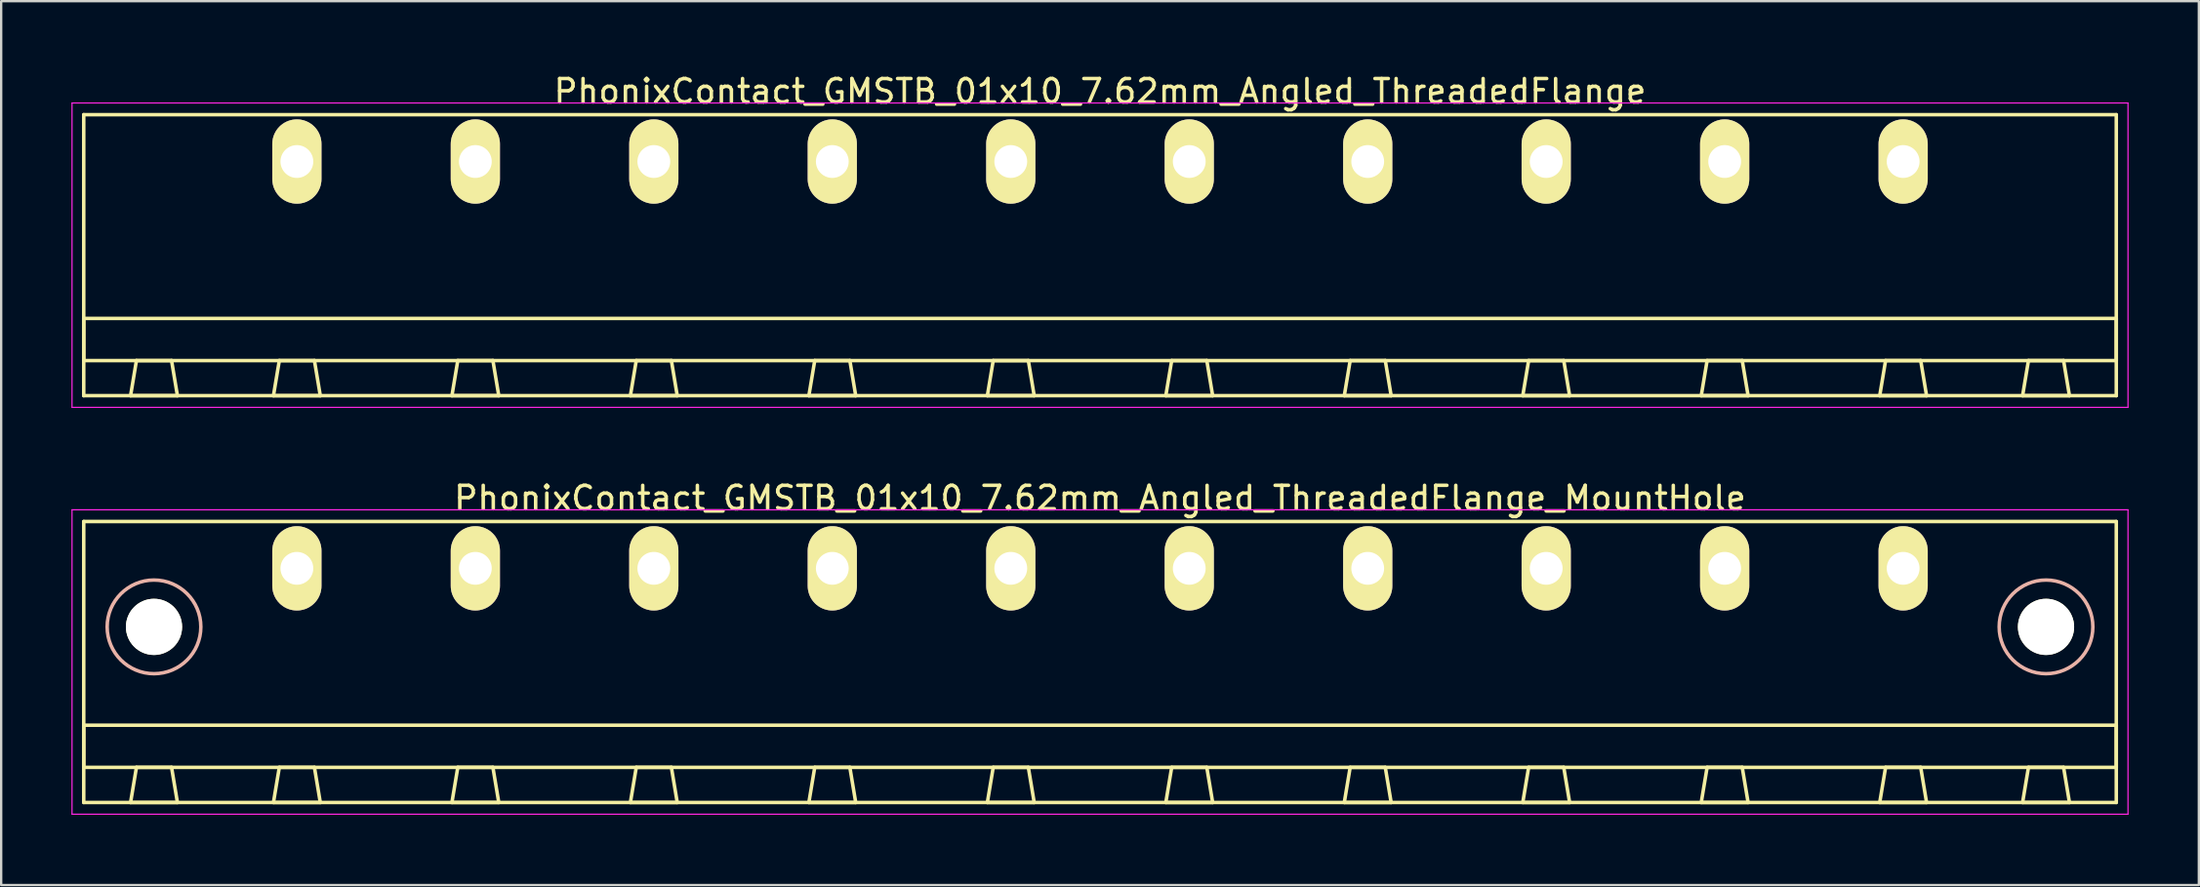
<source format=kicad_pcb>
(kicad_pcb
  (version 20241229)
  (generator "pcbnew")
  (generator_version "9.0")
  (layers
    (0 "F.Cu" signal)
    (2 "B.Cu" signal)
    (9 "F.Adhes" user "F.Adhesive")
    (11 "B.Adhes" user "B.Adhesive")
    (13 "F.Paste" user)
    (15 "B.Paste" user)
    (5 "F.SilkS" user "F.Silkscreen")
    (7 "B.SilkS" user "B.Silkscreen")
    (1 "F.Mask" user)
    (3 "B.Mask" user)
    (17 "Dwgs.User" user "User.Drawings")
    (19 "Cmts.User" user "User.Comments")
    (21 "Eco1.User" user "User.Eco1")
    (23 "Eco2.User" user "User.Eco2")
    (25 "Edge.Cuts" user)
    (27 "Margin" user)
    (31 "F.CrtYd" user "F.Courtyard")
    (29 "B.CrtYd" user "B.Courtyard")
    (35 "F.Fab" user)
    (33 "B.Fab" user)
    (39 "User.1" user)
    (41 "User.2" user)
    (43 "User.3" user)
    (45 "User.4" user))
  (footprint "PhonixContact_GMSTB_01x10_7.62mm_Angled_ThreadedFlange_MountHole"
    (layer "F.Cu")
    (at 9.625 21.221)
    (property "Reference" "PhonixContact_GMSTB_01x10_7.62mm_Angled_ThreadedFlange_MountHole" (at 34.29 -3 0) (layer "F.SilkS") (effects (font (size 1 1) (thickness 0.15))))
    (attr through_hole)
    (fp_line (start -9.1 -2) (end -9.1 10) (stroke (width 0.15) (type solid)) (layer "F.SilkS"))
    (fp_line (start -9.1 6.7) (end 77.68 6.7) (stroke (width 0.15) (type solid)) (layer "F.SilkS"))
    (fp_line (start -9.1 8.5) (end -9.1 6.7) (stroke (width 0.15) (type solid)) (layer "F.SilkS"))
    (fp_line (start -9.1 10) (end 77.68 10) (stroke (width 0.15) (type solid)) (layer "F.SilkS"))
    (fp_line (start -7.1 10) (end -5.1 10) (stroke (width 0.15) (type solid)) (layer "F.SilkS"))
    (fp_line (start -6.85 8.5) (end -7.1 10) (stroke (width 0.15) (type solid)) (layer "F.SilkS"))
    (fp_line (start -5.35 8.5) (end -6.85 8.5) (stroke (width 0.15) (type solid)) (layer "F.SilkS"))
    (fp_line (start -5.1 10) (end -5.35 8.5) (stroke (width 0.15) (type solid)) (layer "F.SilkS"))
    (fp_line (start -1 10) (end 1 10) (stroke (width 0.15) (type solid)) (layer "F.SilkS"))
    (fp_line (start -0.75 8.5) (end -1 10) (stroke (width 0.15) (type solid)) (layer "F.SilkS"))
    (fp_line (start 0.75 8.5) (end -0.75 8.5) (stroke (width 0.15) (type solid)) (layer "F.SilkS"))
    (fp_line (start 1 10) (end 0.75 8.5) (stroke (width 0.15) (type solid)) (layer "F.SilkS"))
    (fp_line (start 6.62 10) (end 8.62 10) (stroke (width 0.15) (type solid)) (layer "F.SilkS"))
    (fp_line (start 6.87 8.5) (end 6.62 10) (stroke (width 0.15) (type solid)) (layer "F.SilkS"))
    (fp_line (start 8.37 8.5) (end 6.87 8.5) (stroke (width 0.15) (type solid)) (layer "F.SilkS"))
    (fp_line (start 8.62 10) (end 8.37 8.5) (stroke (width 0.15) (type solid)) (layer "F.SilkS"))
    (fp_line (start 14.24 10) (end 16.24 10) (stroke (width 0.15) (type solid)) (layer "F.SilkS"))
    (fp_line (start 14.49 8.5) (end 14.24 10) (stroke (width 0.15) (type solid)) (layer "F.SilkS"))
    (fp_line (start 15.99 8.5) (end 14.49 8.5) (stroke (width 0.15) (type solid)) (layer "F.SilkS"))
    (fp_line (start 16.24 10) (end 15.99 8.5) (stroke (width 0.15) (type solid)) (layer "F.SilkS"))
    (fp_line (start 21.86 10) (end 23.86 10) (stroke (width 0.15) (type solid)) (layer "F.SilkS"))
    (fp_line (start 22.11 8.5) (end 21.86 10) (stroke (width 0.15) (type solid)) (layer "F.SilkS"))
    (fp_line (start 23.61 8.5) (end 22.11 8.5) (stroke (width 0.15) (type solid)) (layer "F.SilkS"))
    (fp_line (start 23.86 10) (end 23.61 8.5) (stroke (width 0.15) (type solid)) (layer "F.SilkS"))
    (fp_line (start 29.48 10) (end 31.48 10) (stroke (width 0.15) (type solid)) (layer "F.SilkS"))
    (fp_line (start 29.73 8.5) (end 29.48 10) (stroke (width 0.15) (type solid)) (layer "F.SilkS"))
    (fp_line (start 31.23 8.5) (end 29.73 8.5) (stroke (width 0.15) (type solid)) (layer "F.SilkS"))
    (fp_line (start 31.48 10) (end 31.23 8.5) (stroke (width 0.15) (type solid)) (layer "F.SilkS"))
    (fp_line (start 37.1 10) (end 39.1 10) (stroke (width 0.15) (type solid)) (layer "F.SilkS"))
    (fp_line (start 37.35 8.5) (end 37.1 10) (stroke (width 0.15) (type solid)) (layer "F.SilkS"))
    (fp_line (start 38.85 8.5) (end 37.35 8.5) (stroke (width 0.15) (type solid)) (layer "F.SilkS"))
    (fp_line (start 39.1 10) (end 38.85 8.5) (stroke (width 0.15) (type solid)) (layer "F.SilkS"))
    (fp_line (start 44.72 10) (end 46.72 10) (stroke (width 0.15) (type solid)) (layer "F.SilkS"))
    (fp_line (start 44.97 8.5) (end 44.72 10) (stroke (width 0.15) (type solid)) (layer "F.SilkS"))
    (fp_line (start 46.47 8.5) (end 44.97 8.5) (stroke (width 0.15) (type solid)) (layer "F.SilkS"))
    (fp_line (start 46.72 10) (end 46.47 8.5) (stroke (width 0.15) (type solid)) (layer "F.SilkS"))
    (fp_line (start 52.34 10) (end 54.34 10) (stroke (width 0.15) (type solid)) (layer "F.SilkS"))
    (fp_line (start 52.59 8.5) (end 52.34 10) (stroke (width 0.15) (type solid)) (layer "F.SilkS"))
    (fp_line (start 54.09 8.5) (end 52.59 8.5) (stroke (width 0.15) (type solid)) (layer "F.SilkS"))
    (fp_line (start 54.34 10) (end 54.09 8.5) (stroke (width 0.15) (type solid)) (layer "F.SilkS"))
    (fp_line (start 59.96 10) (end 61.96 10) (stroke (width 0.15) (type solid)) (layer "F.SilkS"))
    (fp_line (start 60.21 8.5) (end 59.96 10) (stroke (width 0.15) (type solid)) (layer "F.SilkS"))
    (fp_line (start 61.71 8.5) (end 60.21 8.5) (stroke (width 0.15) (type solid)) (layer "F.SilkS"))
    (fp_line (start 61.96 10) (end 61.71 8.5) (stroke (width 0.15) (type solid)) (layer "F.SilkS"))
    (fp_line (start 67.58 10) (end 69.58 10) (stroke (width 0.15) (type solid)) (layer "F.SilkS"))
    (fp_line (start 67.83 8.5) (end 67.58 10) (stroke (width 0.15) (type solid)) (layer "F.SilkS"))
    (fp_line (start 69.33 8.5) (end 67.83 8.5) (stroke (width 0.15) (type solid)) (layer "F.SilkS"))
    (fp_line (start 69.58 10) (end 69.33 8.5) (stroke (width 0.15) (type solid)) (layer "F.SilkS"))
    (fp_line (start 73.68 10) (end 75.68 10) (stroke (width 0.15) (type solid)) (layer "F.SilkS"))
    (fp_line (start 73.93 8.5) (end 73.68 10) (stroke (width 0.15) (type solid)) (layer "F.SilkS"))
    (fp_line (start 75.43 8.5) (end 73.93 8.5) (stroke (width 0.15) (type solid)) (layer "F.SilkS"))
    (fp_line (start 75.68 10) (end 75.43 8.5) (stroke (width 0.15) (type solid)) (layer "F.SilkS"))
    (fp_line (start 77.68 -2) (end -9.1 -2) (stroke (width 0.15) (type solid)) (layer "F.SilkS"))
    (fp_line (start 77.68 6.7) (end 77.68 8.5) (stroke (width 0.15) (type solid)) (layer "F.SilkS"))
    (fp_line (start 77.68 8.5) (end -9.1 8.5) (stroke (width 0.15) (type solid)) (layer "F.SilkS"))
    (fp_line (start 77.68 10) (end 77.68 -2) (stroke (width 0.15) (type solid)) (layer "F.SilkS"))
    (fp_circle (center -6.1 2.5) (end -4.1 2.5) (stroke (width 0.15) (type solid)) (fill no) (layer "B.SilkS"))
    (fp_circle (center 74.68 2.5) (end 76.68 2.5) (stroke (width 0.15) (type solid)) (fill no) (layer "B.SilkS"))
    (fp_line (start -9.6 -2.5) (end -9.6 10.5) (stroke (width 0.05) (type solid)) (layer "F.CrtYd"))
    (fp_line (start -9.6 10.5) (end 78.18 10.5) (stroke (width 0.05) (type solid)) (layer "F.CrtYd"))
    (fp_line (start 78.18 -2.5) (end -9.6 -2.5) (stroke (width 0.05) (type solid)) (layer "F.CrtYd"))
    (fp_line (start 78.18 10.5) (end 78.18 -2.5) (stroke (width 0.05) (type solid)) (layer "F.CrtYd"))
    (pad "" np_thru_hole circle (at -6.1 2.5) (size 2.4 2.4) (drill 2.4) (layers "*.Cu" "*.Mask" "F.SilkS"))
    (pad "" np_thru_hole circle (at 74.68 2.5) (size 2.4 2.4) (drill 2.4) (layers "*.Cu" "*.Mask" "F.SilkS"))
    (pad "1" thru_hole oval (at 0 0) (size 2.1 3.6) (drill 1.4) (layers "*.Cu" "*.Mask" "F.SilkS"))
    (pad "2" thru_hole oval (at 7.62 0) (size 2.1 3.6) (drill 1.4) (layers "*.Cu" "*.Mask" "F.SilkS"))
    (pad "3" thru_hole oval (at 15.24 0) (size 2.1 3.6) (drill 1.4) (layers "*.Cu" "*.Mask" "F.SilkS"))
    (pad "4" thru_hole oval (at 22.86 0) (size 2.1 3.6) (drill 1.4) (layers "*.Cu" "*.Mask" "F.SilkS"))
    (pad "5" thru_hole oval (at 30.48 0) (size 2.1 3.6) (drill 1.4) (layers "*.Cu" "*.Mask" "F.SilkS"))
    (pad "6" thru_hole oval (at 38.1 0) (size 2.1 3.6) (drill 1.4) (layers "*.Cu" "*.Mask" "F.SilkS"))
    (pad "7" thru_hole oval (at 45.72 0) (size 2.1 3.6) (drill 1.4) (layers "*.Cu" "*.Mask" "F.SilkS"))
    (pad "8" thru_hole oval (at 53.34 0) (size 2.1 3.6) (drill 1.4) (layers "*.Cu" "*.Mask" "F.SilkS"))
    (pad "9" thru_hole oval (at 60.96 0) (size 2.1 3.6) (drill 1.4) (layers "*.Cu" "*.Mask" "F.SilkS"))
    (pad "10" thru_hole oval (at 68.58 0) (size 2.1 3.6) (drill 1.4) (layers "*.Cu" "*.Mask" "F.SilkS")))
  (footprint "PhonixContact_GMSTB_01x10_7.62mm_Angled_ThreadedFlange"
    (layer "F.Cu")
    (at 9.625 3.848)
    (property "Reference" "PhonixContact_GMSTB_01x10_7.62mm_Angled_ThreadedFlange" (at 34.29 -3 0) (layer "F.SilkS") (effects (font (size 1 1) (thickness 0.15))))
    (attr through_hole)
    (fp_line (start -9.1 -2) (end -9.1 10) (stroke (width 0.15) (type solid)) (layer "F.SilkS"))
    (fp_line (start -9.1 6.7) (end 77.68 6.7) (stroke (width 0.15) (type solid)) (layer "F.SilkS"))
    (fp_line (start -9.1 8.5) (end -9.1 6.7) (stroke (width 0.15) (type solid)) (layer "F.SilkS"))
    (fp_line (start -9.1 10) (end 77.68 10) (stroke (width 0.15) (type solid)) (layer "F.SilkS"))
    (fp_line (start -7.1 10) (end -5.1 10) (stroke (width 0.15) (type solid)) (layer "F.SilkS"))
    (fp_line (start -6.85 8.5) (end -7.1 10) (stroke (width 0.15) (type solid)) (layer "F.SilkS"))
    (fp_line (start -5.35 8.5) (end -6.85 8.5) (stroke (width 0.15) (type solid)) (layer "F.SilkS"))
    (fp_line (start -5.1 10) (end -5.35 8.5) (stroke (width 0.15) (type solid)) (layer "F.SilkS"))
    (fp_line (start -1 10) (end 1 10) (stroke (width 0.15) (type solid)) (layer "F.SilkS"))
    (fp_line (start -0.75 8.5) (end -1 10) (stroke (width 0.15) (type solid)) (layer "F.SilkS"))
    (fp_line (start 0.75 8.5) (end -0.75 8.5) (stroke (width 0.15) (type solid)) (layer "F.SilkS"))
    (fp_line (start 1 10) (end 0.75 8.5) (stroke (width 0.15) (type solid)) (layer "F.SilkS"))
    (fp_line (start 6.62 10) (end 8.62 10) (stroke (width 0.15) (type solid)) (layer "F.SilkS"))
    (fp_line (start 6.87 8.5) (end 6.62 10) (stroke (width 0.15) (type solid)) (layer "F.SilkS"))
    (fp_line (start 8.37 8.5) (end 6.87 8.5) (stroke (width 0.15) (type solid)) (layer "F.SilkS"))
    (fp_line (start 8.62 10) (end 8.37 8.5) (stroke (width 0.15) (type solid)) (layer "F.SilkS"))
    (fp_line (start 14.24 10) (end 16.24 10) (stroke (width 0.15) (type solid)) (layer "F.SilkS"))
    (fp_line (start 14.49 8.5) (end 14.24 10) (stroke (width 0.15) (type solid)) (layer "F.SilkS"))
    (fp_line (start 15.99 8.5) (end 14.49 8.5) (stroke (width 0.15) (type solid)) (layer "F.SilkS"))
    (fp_line (start 16.24 10) (end 15.99 8.5) (stroke (width 0.15) (type solid)) (layer "F.SilkS"))
    (fp_line (start 21.86 10) (end 23.86 10) (stroke (width 0.15) (type solid)) (layer "F.SilkS"))
    (fp_line (start 22.11 8.5) (end 21.86 10) (stroke (width 0.15) (type solid)) (layer "F.SilkS"))
    (fp_line (start 23.61 8.5) (end 22.11 8.5) (stroke (width 0.15) (type solid)) (layer "F.SilkS"))
    (fp_line (start 23.86 10) (end 23.61 8.5) (stroke (width 0.15) (type solid)) (layer "F.SilkS"))
    (fp_line (start 29.48 10) (end 31.48 10) (stroke (width 0.15) (type solid)) (layer "F.SilkS"))
    (fp_line (start 29.73 8.5) (end 29.48 10) (stroke (width 0.15) (type solid)) (layer "F.SilkS"))
    (fp_line (start 31.23 8.5) (end 29.73 8.5) (stroke (width 0.15) (type solid)) (layer "F.SilkS"))
    (fp_line (start 31.48 10) (end 31.23 8.5) (stroke (width 0.15) (type solid)) (layer "F.SilkS"))
    (fp_line (start 37.1 10) (end 39.1 10) (stroke (width 0.15) (type solid)) (layer "F.SilkS"))
    (fp_line (start 37.35 8.5) (end 37.1 10) (stroke (width 0.15) (type solid)) (layer "F.SilkS"))
    (fp_line (start 38.85 8.5) (end 37.35 8.5) (stroke (width 0.15) (type solid)) (layer "F.SilkS"))
    (fp_line (start 39.1 10) (end 38.85 8.5) (stroke (width 0.15) (type solid)) (layer "F.SilkS"))
    (fp_line (start 44.72 10) (end 46.72 10) (stroke (width 0.15) (type solid)) (layer "F.SilkS"))
    (fp_line (start 44.97 8.5) (end 44.72 10) (stroke (width 0.15) (type solid)) (layer "F.SilkS"))
    (fp_line (start 46.47 8.5) (end 44.97 8.5) (stroke (width 0.15) (type solid)) (layer "F.SilkS"))
    (fp_line (start 46.72 10) (end 46.47 8.5) (stroke (width 0.15) (type solid)) (layer "F.SilkS"))
    (fp_line (start 52.34 10) (end 54.34 10) (stroke (width 0.15) (type solid)) (layer "F.SilkS"))
    (fp_line (start 52.59 8.5) (end 52.34 10) (stroke (width 0.15) (type solid)) (layer "F.SilkS"))
    (fp_line (start 54.09 8.5) (end 52.59 8.5) (stroke (width 0.15) (type solid)) (layer "F.SilkS"))
    (fp_line (start 54.34 10) (end 54.09 8.5) (stroke (width 0.15) (type solid)) (layer "F.SilkS"))
    (fp_line (start 59.96 10) (end 61.96 10) (stroke (width 0.15) (type solid)) (layer "F.SilkS"))
    (fp_line (start 60.21 8.5) (end 59.96 10) (stroke (width 0.15) (type solid)) (layer "F.SilkS"))
    (fp_line (start 61.71 8.5) (end 60.21 8.5) (stroke (width 0.15) (type solid)) (layer "F.SilkS"))
    (fp_line (start 61.96 10) (end 61.71 8.5) (stroke (width 0.15) (type solid)) (layer "F.SilkS"))
    (fp_line (start 67.58 10) (end 69.58 10) (stroke (width 0.15) (type solid)) (layer "F.SilkS"))
    (fp_line (start 67.83 8.5) (end 67.58 10) (stroke (width 0.15) (type solid)) (layer "F.SilkS"))
    (fp_line (start 69.33 8.5) (end 67.83 8.5) (stroke (width 0.15) (type solid)) (layer "F.SilkS"))
    (fp_line (start 69.58 10) (end 69.33 8.5) (stroke (width 0.15) (type solid)) (layer "F.SilkS"))
    (fp_line (start 73.68 10) (end 75.68 10) (stroke (width 0.15) (type solid)) (layer "F.SilkS"))
    (fp_line (start 73.93 8.5) (end 73.68 10) (stroke (width 0.15) (type solid)) (layer "F.SilkS"))
    (fp_line (start 75.43 8.5) (end 73.93 8.5) (stroke (width 0.15) (type solid)) (layer "F.SilkS"))
    (fp_line (start 75.68 10) (end 75.43 8.5) (stroke (width 0.15) (type solid)) (layer "F.SilkS"))
    (fp_line (start 77.68 -2) (end -9.1 -2) (stroke (width 0.15) (type solid)) (layer "F.SilkS"))
    (fp_line (start 77.68 6.7) (end 77.68 8.5) (stroke (width 0.15) (type solid)) (layer "F.SilkS"))
    (fp_line (start 77.68 8.5) (end -9.1 8.5) (stroke (width 0.15) (type solid)) (layer "F.SilkS"))
    (fp_line (start 77.68 10) (end 77.68 -2) (stroke (width 0.15) (type solid)) (layer "F.SilkS"))
    (fp_line (start -9.6 -2.5) (end -9.6 10.5) (stroke (width 0.05) (type solid)) (layer "F.CrtYd"))
    (fp_line (start -9.6 10.5) (end 78.18 10.5) (stroke (width 0.05) (type solid)) (layer "F.CrtYd"))
    (fp_line (start 78.18 -2.5) (end -9.6 -2.5) (stroke (width 0.05) (type solid)) (layer "F.CrtYd"))
    (fp_line (start 78.18 10.5) (end 78.18 -2.5) (stroke (width 0.05) (type solid)) (layer "F.CrtYd"))
    (pad "1" thru_hole oval (at 0 0) (size 2.1 3.6) (drill 1.4) (layers "*.Cu" "*.Mask" "F.SilkS"))
    (pad "2" thru_hole oval (at 7.62 0) (size 2.1 3.6) (drill 1.4) (layers "*.Cu" "*.Mask" "F.SilkS"))
    (pad "3" thru_hole oval (at 15.24 0) (size 2.1 3.6) (drill 1.4) (layers "*.Cu" "*.Mask" "F.SilkS"))
    (pad "4" thru_hole oval (at 22.86 0) (size 2.1 3.6) (drill 1.4) (layers "*.Cu" "*.Mask" "F.SilkS"))
    (pad "5" thru_hole oval (at 30.48 0) (size 2.1 3.6) (drill 1.4) (layers "*.Cu" "*.Mask" "F.SilkS"))
    (pad "6" thru_hole oval (at 38.1 0) (size 2.1 3.6) (drill 1.4) (layers "*.Cu" "*.Mask" "F.SilkS"))
    (pad "7" thru_hole oval (at 45.72 0) (size 2.1 3.6) (drill 1.4) (layers "*.Cu" "*.Mask" "F.SilkS"))
    (pad "8" thru_hole oval (at 53.34 0) (size 2.1 3.6) (drill 1.4) (layers "*.Cu" "*.Mask" "F.SilkS"))
    (pad "9" thru_hole oval (at 60.96 0) (size 2.1 3.6) (drill 1.4) (layers "*.Cu" "*.Mask" "F.SilkS"))
    (pad "10" thru_hole oval (at 68.58 0) (size 2.1 3.6) (drill 1.4) (layers "*.Cu" "*.Mask" "F.SilkS")))
  (gr_rect
    (start -3 -3)
    (end 90.83 34.746)
    (stroke (width 0.1) (type default))
    (fill no)
    (layer "Edge.Cuts")))
</source>
